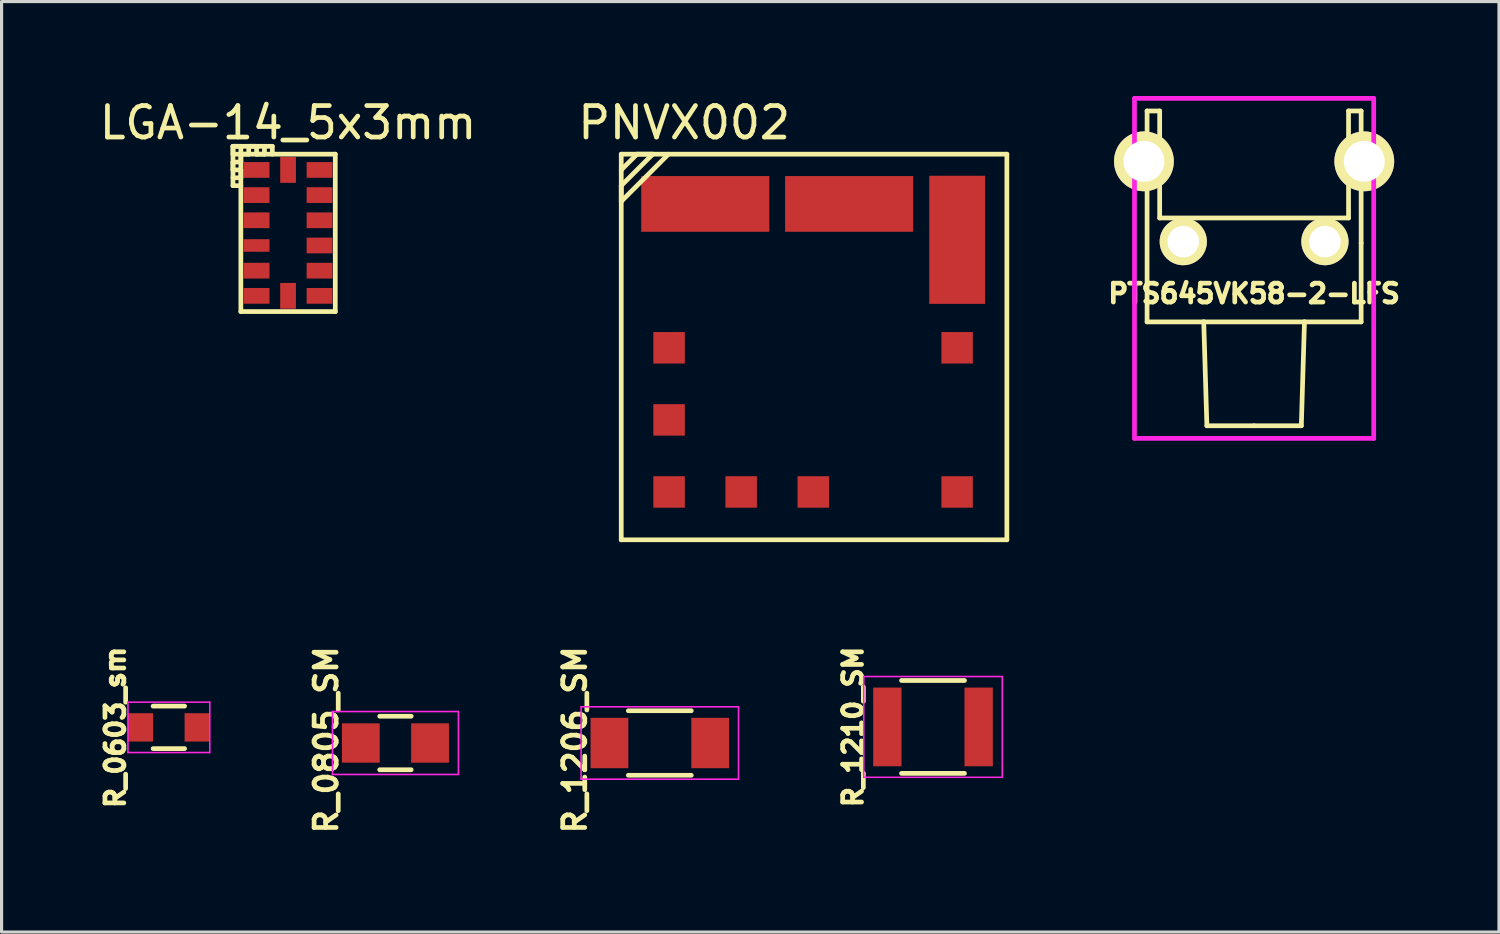
<source format=kicad_pcb>
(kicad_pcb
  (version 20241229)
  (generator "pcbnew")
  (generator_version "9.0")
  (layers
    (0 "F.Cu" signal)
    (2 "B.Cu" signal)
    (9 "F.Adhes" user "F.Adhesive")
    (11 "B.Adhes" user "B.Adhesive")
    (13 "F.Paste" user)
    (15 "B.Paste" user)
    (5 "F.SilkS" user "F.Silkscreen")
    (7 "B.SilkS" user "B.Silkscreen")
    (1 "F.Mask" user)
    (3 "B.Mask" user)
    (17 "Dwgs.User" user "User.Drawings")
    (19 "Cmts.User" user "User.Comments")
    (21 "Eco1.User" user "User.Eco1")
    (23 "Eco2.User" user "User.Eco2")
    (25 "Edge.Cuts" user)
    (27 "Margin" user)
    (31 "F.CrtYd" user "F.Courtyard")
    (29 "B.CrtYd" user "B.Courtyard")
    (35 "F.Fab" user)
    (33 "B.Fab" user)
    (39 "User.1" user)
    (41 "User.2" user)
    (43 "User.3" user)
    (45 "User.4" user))
  (footprint "LGA-14_5x3mm"
    (layer "F.Cu")
    (at 6.101 4.348)
    (property "Reference" "LGA-14_5x3mm" (at 0 -3.5 0) (layer "F.SilkS") (effects (font (size 1 1) (thickness 0.15))))
    (attr through_hole)
    (fp_line (start -1.75 -2.75) (end -1.5 -2.75) (stroke (width 0.15) (type solid)) (layer "F.SilkS"))
    (fp_line (start -1.75 -2.75) (end -0.5 -2.75) (stroke (width 0.15) (type solid)) (layer "F.SilkS"))
    (fp_line (start -1.75 -2.5) (end -1.75 -2.75) (stroke (width 0.15) (type solid)) (layer "F.SilkS"))
    (fp_line (start -1.75 -2.25) (end -1.5 -2.25) (stroke (width 0.15) (type solid)) (layer "F.SilkS"))
    (fp_line (start -1.75 -2) (end -1.75 -2.25) (stroke (width 0.15) (type solid)) (layer "F.SilkS"))
    (fp_line (start -1.75 -1.75) (end -1.5 -1.75) (stroke (width 0.15) (type solid)) (layer "F.SilkS"))
    (fp_line (start -1.75 -1.5) (end -1.75 -2.75) (stroke (width 0.15) (type solid)) (layer "F.SilkS"))
    (fp_line (start -1.75 -1.5) (end -1.5 -1.5) (stroke (width 0.15) (type solid)) (layer "F.SilkS"))
    (fp_line (start -1.5 -2.75) (end -1.5 -2.5) (stroke (width 0.15) (type solid)) (layer "F.SilkS"))
    (fp_line (start -1.5 -2.5) (end -1.75 -2.5) (stroke (width 0.15) (type solid)) (layer "F.SilkS"))
    (fp_line (start -1.5 -2.5) (end -1.25 -2.5) (stroke (width 0.15) (type solid)) (layer "F.SilkS"))
    (fp_line (start -1.5 -2.5) (end 1.5 -2.5) (stroke (width 0.15) (type solid)) (layer "F.SilkS"))
    (fp_line (start -1.5 -2.25) (end -1.5 -2.5) (stroke (width 0.15) (type solid)) (layer "F.SilkS"))
    (fp_line (start -1.5 -2) (end -1.75 -2) (stroke (width 0.15) (type solid)) (layer "F.SilkS"))
    (fp_line (start -1.5 -1.75) (end -1.5 -2) (stroke (width 0.15) (type solid)) (layer "F.SilkS"))
    (fp_line (start -1.5 2.5) (end -1.5 -2.5) (stroke (width 0.15) (type solid)) (layer "F.SilkS"))
    (fp_line (start -1.25 -2.75) (end -1 -2.75) (stroke (width 0.15) (type solid)) (layer "F.SilkS"))
    (fp_line (start -1.25 -2.5) (end -1.25 -2.75) (stroke (width 0.15) (type solid)) (layer "F.SilkS"))
    (fp_line (start -1 -2.75) (end -1 -2.5) (stroke (width 0.15) (type solid)) (layer "F.SilkS"))
    (fp_line (start -1 -2.5) (end -0.75 -2.5) (stroke (width 0.15) (type solid)) (layer "F.SilkS"))
    (fp_line (start -0.75 -2.5) (end -0.75 -2.75) (stroke (width 0.15) (type solid)) (layer "F.SilkS"))
    (fp_line (start -0.5 -2.75) (end -0.5 -2.5) (stroke (width 0.15) (type solid)) (layer "F.SilkS"))
    (fp_line (start 1.5 -2.5) (end 1.5 2.5) (stroke (width 0.15) (type solid)) (layer "F.SilkS"))
    (fp_line (start 1.5 2.5) (end -1.5 2.5) (stroke (width 0.15) (type solid)) (layer "F.SilkS"))
    (pad "1" smd rect (at -1 -2) (size 0.82 0.5) (layers "F.Cu" "F.Mask" "F.Paste"))
    (pad "2" smd rect (at -1 -1.2) (size 0.82 0.5) (layers "F.Cu" "F.Mask" "F.Paste"))
    (pad "3" smd rect (at -1 -0.4) (size 0.82 0.5) (layers "F.Cu" "F.Mask" "F.Paste"))
    (pad "4" smd rect (at -1 0.4) (size 0.82 0.4) (layers "F.Cu" "F.Mask" "F.Paste"))
    (pad "5" smd rect (at -1 1.2) (size 0.82 0.5) (layers "F.Cu" "F.Mask" "F.Paste"))
    (pad "6" smd rect (at -1 2) (size 0.82 0.5) (layers "F.Cu" "F.Mask" "F.Paste"))
    (pad "7" smd rect (at 0 2 90) (size 0.82 0.5) (layers "F.Cu" "F.Mask" "F.Paste"))
    (pad "8" smd rect (at 1 2) (size 0.82 0.5) (layers "F.Cu" "F.Mask" "F.Paste"))
    (pad "9" smd rect (at 1 1.2) (size 0.82 0.5) (layers "F.Cu" "F.Mask" "F.Paste"))
    (pad "10" smd rect (at 1 0.4) (size 0.82 0.5) (layers "F.Cu" "F.Mask" "F.Paste"))
    (pad "11" smd rect (at 1 -0.4) (size 0.82 0.5) (layers "F.Cu" "F.Mask" "F.Paste"))
    (pad "12" smd rect (at 1 -1.2) (size 0.82 0.5) (layers "F.Cu" "F.Mask" "F.Paste"))
    (pad "13" smd rect (at 1 -2) (size 0.82 0.5) (layers "F.Cu" "F.Mask" "F.Paste"))
    (pad "14" smd rect (at 0 -2 270) (size 0.82 0.5) (layers "F.Cu" "F.Mask" "F.Paste")))
  (footprint "R_0603_sm"
    (layer "F.Cu")
    (at 2.314 20.056)
    (property "Reference" "R_0603_sm" (at -1.7 0 90) (layer "F.SilkS") (effects (font (size 0.6 0.6) (thickness 0.15))))
    (attr smd)
    (fp_line (start -0.5 -0.675) (end 0.5 -0.675) (stroke (width 0.15) (type solid)) (layer "F.SilkS"))
    (fp_line (start 0.5 0.675) (end -0.5 0.675) (stroke (width 0.15) (type solid)) (layer "F.SilkS"))
    (fp_line (start -1.3 -0.8) (end -1.3 0.8) (stroke (width 0.05) (type solid)) (layer "F.CrtYd"))
    (fp_line (start -1.3 -0.8) (end 1.3 -0.8) (stroke (width 0.05) (type solid)) (layer "F.CrtYd"))
    (fp_line (start -1.3 0.8) (end 1.3 0.8) (stroke (width 0.05) (type solid)) (layer "F.CrtYd"))
    (fp_line (start 1.3 -0.8) (end 1.3 0.8) (stroke (width 0.05) (type solid)) (layer "F.CrtYd"))
    (pad "1" smd rect (at -0.9 0) (size 0.8 0.9) (layers "F.Cu" "F.Mask" "F.Paste"))
    (pad "2" smd rect (at 0.9 0) (size 0.8 0.9) (layers "F.Cu" "F.Mask" "F.Paste")))
  (footprint "R_1210_SM"
    (layer "F.Cu")
    (at 26.589 20.042)
    (property "Reference" "R_1210_SM" (at -2.54 0 90) (layer "F.SilkS") (effects (font (size 0.6 0.6) (thickness 0.15))))
    (attr smd)
    (fp_line (start -1 -1.475) (end 1 -1.475) (stroke (width 0.15) (type solid)) (layer "F.SilkS"))
    (fp_line (start 1 1.475) (end -1 1.475) (stroke (width 0.15) (type solid)) (layer "F.SilkS"))
    (fp_line (start -2.2 -1.6) (end -2.2 1.6) (stroke (width 0.05) (type solid)) (layer "F.CrtYd"))
    (fp_line (start -2.2 -1.6) (end 2.2 -1.6) (stroke (width 0.05) (type solid)) (layer "F.CrtYd"))
    (fp_line (start -2.2 1.6) (end 2.2 1.6) (stroke (width 0.05) (type solid)) (layer "F.CrtYd"))
    (fp_line (start 2.2 -1.6) (end 2.2 1.6) (stroke (width 0.05) (type solid)) (layer "F.CrtYd"))
    (pad "1" smd rect (at -1.45 0) (size 0.9 2.5) (layers "F.Cu" "F.Mask" "F.Paste"))
    (pad "2" smd rect (at 1.45 0) (size 0.9 2.5) (layers "F.Cu" "F.Mask" "F.Paste")))
  (footprint "PTS645VK58-2-LFS"
    (layer "F.Cu")
    (at 36.789 4.675)
    (property "Reference" "PTS645VK58-2-LFS" (at 0 1.6 0) (layer "F.SilkS") (effects (font (size 0.6 0.6) (thickness 0.15))))
    (attr through_hole)
    (fp_line (start -3.4 -4.2) (end -3 -4.2) (stroke (width 0.15) (type solid)) (layer "F.SilkS"))
    (fp_line (start -3.4 2.5) (end -3.4 -4.2) (stroke (width 0.15) (type solid)) (layer "F.SilkS"))
    (fp_line (start -3 -4.2) (end -3 -0.8) (stroke (width 0.15) (type solid)) (layer "F.SilkS"))
    (fp_line (start -3 -0.8) (end 3 -0.8) (stroke (width 0.15) (type solid)) (layer "F.SilkS"))
    (fp_line (start -1.6 2.5) (end -3.4 2.5) (stroke (width 0.15) (type solid)) (layer "F.SilkS"))
    (fp_line (start -1.6 2.5) (end 1.6 2.5) (stroke (width 0.15) (type solid)) (layer "F.SilkS"))
    (fp_line (start -1.5 5.8) (end -1.6 2.5) (stroke (width 0.15) (type solid)) (layer "F.SilkS"))
    (fp_line (start 0 5.8) (end -1.5 5.8) (stroke (width 0.15) (type solid)) (layer "F.SilkS"))
    (fp_line (start 0 5.8) (end 1.5 5.8) (stroke (width 0.15) (type solid)) (layer "F.SilkS"))
    (fp_line (start 1.5 5.8) (end 1.6 2.5) (stroke (width 0.15) (type solid)) (layer "F.SilkS"))
    (fp_line (start 1.6 2.5) (end 3.4 2.5) (stroke (width 0.15) (type solid)) (layer "F.SilkS"))
    (fp_line (start 3 -4.2) (end 3.4 -4.2) (stroke (width 0.15) (type solid)) (layer "F.SilkS"))
    (fp_line (start 3 -0.8) (end 3 -4.2) (stroke (width 0.15) (type solid)) (layer "F.SilkS"))
    (fp_line (start 3.4 -4.2) (end 3.4 0) (stroke (width 0.15) (type solid)) (layer "F.SilkS"))
    (fp_line (start 3.4 2.5) (end 3.4 0) (stroke (width 0.15) (type solid)) (layer "F.SilkS"))
    (fp_line (start -3.8 -4.6) (end 3.8 -4.6) (stroke (width 0.15) (type solid)) (layer "F.CrtYd"))
    (fp_line (start -3.8 6.2) (end -3.8 -4.6) (stroke (width 0.15) (type solid)) (layer "F.CrtYd"))
    (fp_line (start 3.8 -4.6) (end 3.8 6.2) (stroke (width 0.15) (type solid)) (layer "F.CrtYd"))
    (fp_line (start 3.8 6.2) (end -3.8 6.2) (stroke (width 0.15) (type solid)) (layer "F.CrtYd"))
    (pad "1" thru_hole circle (at 2.25 -0.05) (size 1.5 1.5) (drill 1) (layers "*.Cu" "*.Mask" "F.SilkS"))
    (pad "2" thru_hole circle (at -2.25 -0.05) (size 1.5 1.5) (drill 1) (layers "*.Cu" "*.Mask" "F.SilkS"))
    (pad "S" thru_hole circle (at -3.5 -2.6) (size 1.9 1.9) (drill 1.3) (layers "*.Cu" "*.Mask" "F.SilkS"))
    (pad "S" thru_hole circle (at 3.5 -2.6) (size 1.9 1.9) (drill 1.3) (layers "*.Cu" "*.Mask" "F.SilkS")))
  (footprint "R_0805_SM"
    (layer "F.Cu")
    (at 9.512 20.553)
    (property "Reference" "R_0805_SM" (at -2.2 -0.1 90) (layer "F.SilkS") (effects (font (size 0.7 0.7) (thickness 0.15))))
    (attr smd)
    (fp_line (start -0.5 0.85) (end 0.5 0.85) (stroke (width 0.15) (type solid)) (layer "F.SilkS"))
    (fp_line (start 0.5 -0.85) (end -0.5 -0.85) (stroke (width 0.15) (type solid)) (layer "F.SilkS"))
    (fp_line (start -2 -1) (end -2 1) (stroke (width 0.05) (type solid)) (layer "F.CrtYd"))
    (fp_line (start -2 -1) (end 2 -1) (stroke (width 0.05) (type solid)) (layer "F.CrtYd"))
    (fp_line (start -2 1) (end 2 1) (stroke (width 0.05) (type solid)) (layer "F.CrtYd"))
    (fp_line (start 2 -1) (end 2 1) (stroke (width 0.05) (type solid)) (layer "F.CrtYd"))
    (pad "1" smd rect (at -1.1 0) (size 1.2 1.25) (layers "F.Cu" "F.Mask" "F.Paste"))
    (pad "2" smd rect (at 1.1 0) (size 1.2 1.25) (layers "F.Cu" "F.Mask" "F.Paste")))
  (footprint "R_1206_SM"
    (layer "F.Cu")
    (at 17.91 20.553)
    (property "Reference" "R_1206_SM" (at -2.7 -0.1 90) (layer "F.SilkS") (effects (font (size 0.7 0.7) (thickness 0.15))))
    (attr smd)
    (fp_line (start -1 1.025) (end 1 1.025) (stroke (width 0.15) (type solid)) (layer "F.SilkS"))
    (fp_line (start 1 -1.025) (end -1 -1.025) (stroke (width 0.15) (type solid)) (layer "F.SilkS"))
    (fp_line (start -2.5 -1.15) (end -2.5 1.15) (stroke (width 0.05) (type solid)) (layer "F.CrtYd"))
    (fp_line (start -2.5 -1.15) (end 2.5 -1.15) (stroke (width 0.05) (type solid)) (layer "F.CrtYd"))
    (fp_line (start -2.5 1.15) (end 2.5 1.15) (stroke (width 0.05) (type solid)) (layer "F.CrtYd"))
    (fp_line (start 2.5 -1.15) (end 2.5 1.15) (stroke (width 0.05) (type solid)) (layer "F.CrtYd"))
    (pad "1" smd rect (at -1.6 0) (size 1.2 1.6) (layers "F.Cu" "F.Mask" "F.Paste"))
    (pad "2" smd rect (at 1.6 0) (size 1.2 1.6) (layers "F.Cu" "F.Mask" "F.Paste")))
  (footprint "PNVX002"
    (layer "F.Cu")
    (at 16.685 14.098)
    (property "Reference" "PNVX002" (at 2 -13.25 0) (layer "F.SilkS") (effects (font (size 1 1) (thickness 0.15))))
    (attr through_hole)
    (fp_line (start 0 -12.25) (end 0 0) (stroke (width 0.15) (type solid)) (layer "F.SilkS"))
    (fp_line (start 0 -11.75) (end 0.5 -12.25) (stroke (width 0.15) (type solid)) (layer "F.SilkS"))
    (fp_line (start 0 -11.25) (end 0 -10.75) (stroke (width 0.15) (type solid)) (layer "F.SilkS"))
    (fp_line (start 0 -10.75) (end 1.5 -12.25) (stroke (width 0.15) (type solid)) (layer "F.SilkS"))
    (fp_line (start 0 0) (end 12.25 0) (stroke (width 0.15) (type solid)) (layer "F.SilkS"))
    (fp_line (start 0.5 -12.25) (end 1 -12.25) (stroke (width 0.15) (type solid)) (layer "F.SilkS"))
    (fp_line (start 1 -12.25) (end 0 -11.25) (stroke (width 0.15) (type solid)) (layer "F.SilkS"))
    (fp_line (start 12.25 -12.25) (end 0 -12.25) (stroke (width 0.15) (type solid)) (layer "F.SilkS"))
    (fp_line (start 12.25 0) (end 12.25 -12.25) (stroke (width 0.15) (type solid)) (layer "F.SilkS"))
    (pad "1" smd rect (at 1.52 -6.1) (size 1 1) (layers "F.Cu" "F.Mask" "F.Paste"))
    (pad "2" smd rect (at 2.67 -10.67) (size 4.07 1.77) (layers "F.Cu" "F.Mask" "F.Paste"))
    (pad "3" smd rect (at 7.24 -10.67) (size 4.07 1.77) (layers "F.Cu" "F.Mask" "F.Paste"))
    (pad "4" smd rect (at 10.67 -9.53) (size 1.77 4.07) (layers "F.Cu" "F.Mask" "F.Paste"))
    (pad "5" smd rect (at 10.67 -6.1) (size 1 1) (layers "F.Cu" "F.Mask" "F.Paste"))
    (pad "6" smd rect (at 10.67 -1.52) (size 1 1) (layers "F.Cu" "F.Mask" "F.Paste"))
    (pad "7" smd rect (at 6.1 -1.52) (size 1 1) (layers "F.Cu" "F.Mask" "F.Paste"))
    (pad "8" smd rect (at 3.81 -1.52) (size 1 1) (layers "F.Cu" "F.Mask" "F.Paste"))
    (pad "9" smd rect (at 1.52 -1.52) (size 1 1) (layers "F.Cu" "F.Mask" "F.Paste"))
    (pad "10" smd rect (at 1.52 -3.81) (size 1 1) (layers "F.Cu" "F.Mask" "F.Paste")))
  (gr_rect
    (start -3 -3)
    (end 44.568 26.558)
    (stroke (width 0.1) (type default))
    (fill no)
    (layer "Edge.Cuts")))
</source>
